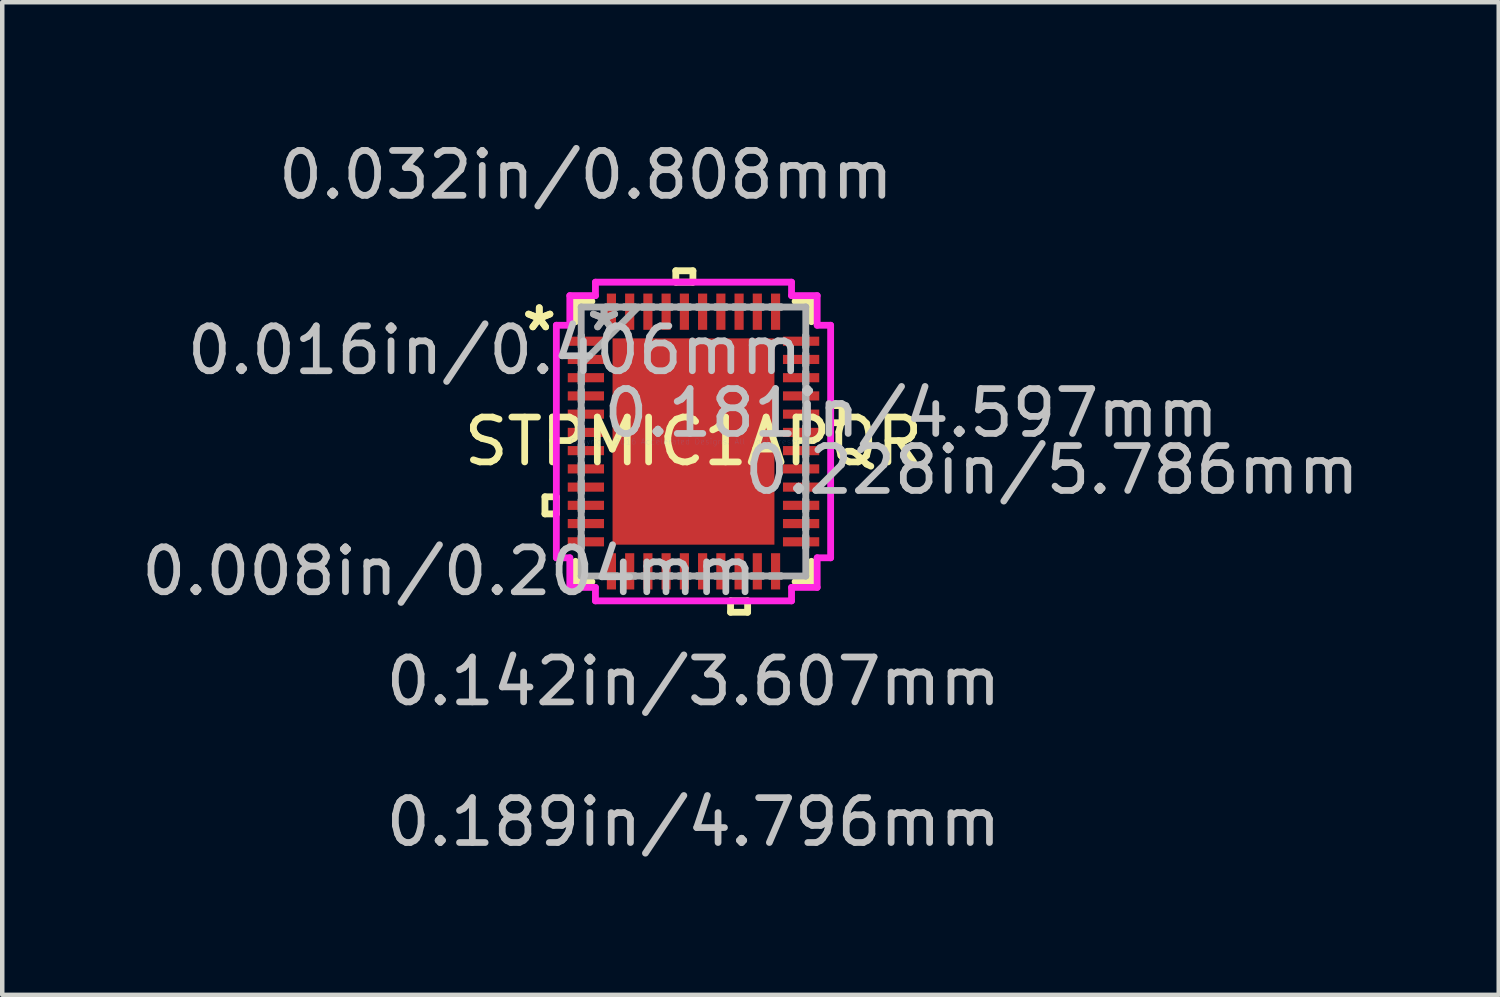
<source format=kicad_pcb>
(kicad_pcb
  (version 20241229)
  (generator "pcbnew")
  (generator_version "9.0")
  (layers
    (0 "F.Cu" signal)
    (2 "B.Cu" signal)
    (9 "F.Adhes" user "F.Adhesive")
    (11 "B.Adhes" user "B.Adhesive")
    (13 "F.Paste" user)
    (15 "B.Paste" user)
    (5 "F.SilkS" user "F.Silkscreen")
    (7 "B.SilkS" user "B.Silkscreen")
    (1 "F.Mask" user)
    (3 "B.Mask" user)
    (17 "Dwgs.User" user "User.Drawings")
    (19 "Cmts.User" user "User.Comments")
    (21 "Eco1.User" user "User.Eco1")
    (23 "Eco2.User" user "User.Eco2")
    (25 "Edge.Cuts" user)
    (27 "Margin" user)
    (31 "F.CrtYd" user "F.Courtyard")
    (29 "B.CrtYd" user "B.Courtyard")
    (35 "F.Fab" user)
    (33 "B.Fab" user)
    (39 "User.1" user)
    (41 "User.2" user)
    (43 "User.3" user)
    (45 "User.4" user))
  (footprint "STPMIC1APQR"
    (layer "F.Cu")
    (at 12.404 6.789)
    (property "Reference" "STPMIC1APQR" (at 0 0 0) (layer "F.SilkS") (effects (font (size 1 1) (thickness 0.15))))
    (attr through_hole)
    (fp_line (start -3.31 1.232) (end -3.31 1.613) (stroke (width 0.152) (type solid)) (layer "F.SilkS"))
    (fp_line (start -3.31 1.613) (end -3.056 1.613) (stroke (width 0.152) (type solid)) (layer "F.SilkS"))
    (fp_line (start -3.056 1.232) (end -3.31 1.232) (stroke (width 0.152) (type solid)) (layer "F.SilkS"))
    (fp_line (start -3.056 1.613) (end -3.056 1.232) (stroke (width 0.152) (type solid)) (layer "F.SilkS"))
    (fp_line (start -2.629 -3.124) (end -2.629 -2.67) (stroke (width 0.152) (type solid)) (layer "F.SilkS"))
    (fp_line (start -2.629 2.67) (end -2.629 3.124) (stroke (width 0.152) (type solid)) (layer "F.SilkS"))
    (fp_line (start -2.629 3.124) (end -2.264 3.124) (stroke (width 0.152) (type solid)) (layer "F.SilkS"))
    (fp_line (start -2.264 -3.124) (end -2.629 -3.124) (stroke (width 0.152) (type solid)) (layer "F.SilkS"))
    (fp_line (start -0.394 -3.805) (end -0.013 -3.805) (stroke (width 0.152) (type solid)) (layer "F.SilkS"))
    (fp_line (start -0.394 -3.551) (end -0.394 -3.805) (stroke (width 0.152) (type solid)) (layer "F.SilkS"))
    (fp_line (start -0.013 -3.805) (end -0.013 -3.551) (stroke (width 0.152) (type solid)) (layer "F.SilkS"))
    (fp_line (start -0.013 -3.551) (end -0.394 -3.551) (stroke (width 0.152) (type solid)) (layer "F.SilkS"))
    (fp_line (start 0.826 3.551) (end 0.826 3.805) (stroke (width 0.152) (type solid)) (layer "F.SilkS"))
    (fp_line (start 0.826 3.805) (end 1.206 3.805) (stroke (width 0.152) (type solid)) (layer "F.SilkS"))
    (fp_line (start 1.206 3.551) (end 0.826 3.551) (stroke (width 0.152) (type solid)) (layer "F.SilkS"))
    (fp_line (start 1.206 3.805) (end 1.206 3.551) (stroke (width 0.152) (type solid)) (layer "F.SilkS"))
    (fp_line (start 2.264 3.124) (end 2.629 3.124) (stroke (width 0.152) (type solid)) (layer "F.SilkS"))
    (fp_line (start 2.629 -3.124) (end 2.264 -3.124) (stroke (width 0.152) (type solid)) (layer "F.SilkS"))
    (fp_line (start 2.629 -2.67) (end 2.629 -3.124) (stroke (width 0.152) (type solid)) (layer "F.SilkS"))
    (fp_line (start 2.629 3.124) (end 2.629 2.67) (stroke (width 0.152) (type solid)) (layer "F.SilkS"))
    (fp_line (start 3.056 -0.8) (end 3.31 -0.8) (stroke (width 0.152) (type solid)) (layer "F.SilkS"))
    (fp_line (start 3.056 -0.419) (end 3.056 -0.8) (stroke (width 0.152) (type solid)) (layer "F.SilkS"))
    (fp_line (start 3.31 -0.8) (end 3.31 -0.419) (stroke (width 0.152) (type solid)) (layer "F.SilkS"))
    (fp_line (start 3.31 -0.419) (end 3.056 -0.419) (stroke (width 0.152) (type solid)) (layer "F.SilkS"))
    (fp_line (start -1.703 -2.199) (end -1.703 -0.866) (stroke (width 0.152) (type solid)) (layer "F.Paste"))
    (fp_line (start -1.703 -0.866) (end -0.1 -0.866) (stroke (width 0.152) (type solid)) (layer "F.Paste"))
    (fp_line (start -1.703 -0.666) (end -1.703 0.666) (stroke (width 0.152) (type solid)) (layer "F.Paste"))
    (fp_line (start -1.703 0.666) (end -0.1 0.666) (stroke (width 0.152) (type solid)) (layer "F.Paste"))
    (fp_line (start -1.703 0.866) (end -1.703 2.199) (stroke (width 0.152) (type solid)) (layer "F.Paste"))
    (fp_line (start -1.703 2.199) (end -0.1 2.199) (stroke (width 0.152) (type solid)) (layer "F.Paste"))
    (fp_line (start -0.1 -2.199) (end -1.703 -2.199) (stroke (width 0.152) (type solid)) (layer "F.Paste"))
    (fp_line (start -0.1 -0.866) (end -0.1 -2.199) (stroke (width 0.152) (type solid)) (layer "F.Paste"))
    (fp_line (start -0.1 -0.666) (end -1.703 -0.666) (stroke (width 0.152) (type solid)) (layer "F.Paste"))
    (fp_line (start -0.1 0.666) (end -0.1 -0.666) (stroke (width 0.152) (type solid)) (layer "F.Paste"))
    (fp_line (start -0.1 0.866) (end -1.703 0.866) (stroke (width 0.152) (type solid)) (layer "F.Paste"))
    (fp_line (start -0.1 2.199) (end -0.1 0.866) (stroke (width 0.152) (type solid)) (layer "F.Paste"))
    (fp_line (start 0.1 -2.199) (end 0.1 -0.866) (stroke (width 0.152) (type solid)) (layer "F.Paste"))
    (fp_line (start 0.1 -0.866) (end 1.703 -0.866) (stroke (width 0.152) (type solid)) (layer "F.Paste"))
    (fp_line (start 0.1 -0.666) (end 0.1 0.666) (stroke (width 0.152) (type solid)) (layer "F.Paste"))
    (fp_line (start 0.1 0.666) (end 1.703 0.666) (stroke (width 0.152) (type solid)) (layer "F.Paste"))
    (fp_line (start 0.1 0.866) (end 0.1 2.199) (stroke (width 0.152) (type solid)) (layer "F.Paste"))
    (fp_line (start 0.1 2.199) (end 1.703 2.199) (stroke (width 0.152) (type solid)) (layer "F.Paste"))
    (fp_line (start 1.703 -2.199) (end 0.1 -2.199) (stroke (width 0.152) (type solid)) (layer "F.Paste"))
    (fp_line (start 1.703 -0.866) (end 1.703 -2.199) (stroke (width 0.152) (type solid)) (layer "F.Paste"))
    (fp_line (start 1.703 -0.666) (end 0.1 -0.666) (stroke (width 0.152) (type solid)) (layer "F.Paste"))
    (fp_line (start 1.703 0.666) (end 1.703 -0.666) (stroke (width 0.152) (type solid)) (layer "F.Paste"))
    (fp_line (start 1.703 0.866) (end 0.1 0.866) (stroke (width 0.152) (type solid)) (layer "F.Paste"))
    (fp_line (start 1.703 2.199) (end 1.703 0.866) (stroke (width 0.152) (type solid)) (layer "F.Paste"))
    (fp_line (start -3.056 -2.591) (end -2.756 -2.591) (stroke (width 0.152) (type solid)) (layer "F.CrtYd"))
    (fp_line (start -3.056 2.591) (end -3.056 -2.591) (stroke (width 0.152) (type solid)) (layer "F.CrtYd"))
    (fp_line (start -2.756 -3.251) (end -2.185 -3.251) (stroke (width 0.152) (type solid)) (layer "F.CrtYd"))
    (fp_line (start -2.756 -2.591) (end -2.756 -3.251) (stroke (width 0.152) (type solid)) (layer "F.CrtYd"))
    (fp_line (start -2.756 2.591) (end -3.056 2.591) (stroke (width 0.152) (type solid)) (layer "F.CrtYd"))
    (fp_line (start -2.756 3.251) (end -2.756 2.591) (stroke (width 0.152) (type solid)) (layer "F.CrtYd"))
    (fp_line (start -2.185 -3.551) (end 2.185 -3.551) (stroke (width 0.152) (type solid)) (layer "F.CrtYd"))
    (fp_line (start -2.185 -3.251) (end -2.185 -3.551) (stroke (width 0.152) (type solid)) (layer "F.CrtYd"))
    (fp_line (start -2.185 3.251) (end -2.756 3.251) (stroke (width 0.152) (type solid)) (layer "F.CrtYd"))
    (fp_line (start -2.185 3.551) (end -2.185 3.251) (stroke (width 0.152) (type solid)) (layer "F.CrtYd"))
    (fp_line (start 2.185 -3.551) (end 2.185 -3.251) (stroke (width 0.152) (type solid)) (layer "F.CrtYd"))
    (fp_line (start 2.185 -3.251) (end 2.756 -3.251) (stroke (width 0.152) (type solid)) (layer "F.CrtYd"))
    (fp_line (start 2.185 3.251) (end 2.185 3.551) (stroke (width 0.152) (type solid)) (layer "F.CrtYd"))
    (fp_line (start 2.185 3.551) (end -2.185 3.551) (stroke (width 0.152) (type solid)) (layer "F.CrtYd"))
    (fp_line (start 2.756 -3.251) (end 2.756 -2.591) (stroke (width 0.152) (type solid)) (layer "F.CrtYd"))
    (fp_line (start 2.756 -2.591) (end 3.056 -2.591) (stroke (width 0.152) (type solid)) (layer "F.CrtYd"))
    (fp_line (start 2.756 2.591) (end 2.756 3.251) (stroke (width 0.152) (type solid)) (layer "F.CrtYd"))
    (fp_line (start 2.756 3.251) (end 2.185 3.251) (stroke (width 0.152) (type solid)) (layer "F.CrtYd"))
    (fp_line (start 3.056 -2.591) (end 3.056 2.591) (stroke (width 0.152) (type solid)) (layer "F.CrtYd"))
    (fp_line (start 3.056 2.591) (end 2.756 2.591) (stroke (width 0.152) (type solid)) (layer "F.CrtYd"))
    (fp_line (start -2.502 -2.997) (end -2.502 -2.997) (stroke (width 0.152) (type solid)) (layer "F.Fab"))
    (fp_line (start -2.502 -2.997) (end -2.502 2.997) (stroke (width 0.152) (type solid)) (layer "F.Fab"))
    (fp_line (start -2.502 -2.362) (end -2.502 -2.362) (stroke (width 0.152) (type solid)) (layer "F.Fab"))
    (fp_line (start -2.502 -2.362) (end -2.502 -2.108) (stroke (width 0.152) (type solid)) (layer "F.Fab"))
    (fp_line (start -2.502 -2.108) (end -2.502 -2.362) (stroke (width 0.152) (type solid)) (layer "F.Fab"))
    (fp_line (start -2.502 -2.108) (end -2.502 -2.108) (stroke (width 0.152) (type solid)) (layer "F.Fab"))
    (fp_line (start -2.502 -1.956) (end -2.502 -1.956) (stroke (width 0.152) (type solid)) (layer "F.Fab"))
    (fp_line (start -2.502 -1.956) (end -2.502 -1.702) (stroke (width 0.152) (type solid)) (layer "F.Fab"))
    (fp_line (start -2.502 -1.727) (end -1.232 -2.997) (stroke (width 0.152) (type solid)) (layer "F.Fab"))
    (fp_line (start -2.502 -1.702) (end -2.502 -1.956) (stroke (width 0.152) (type solid)) (layer "F.Fab"))
    (fp_line (start -2.502 -1.702) (end -2.502 -1.702) (stroke (width 0.152) (type solid)) (layer "F.Fab"))
    (fp_line (start -2.502 -1.549) (end -2.502 -1.549) (stroke (width 0.152) (type solid)) (layer "F.Fab"))
    (fp_line (start -2.502 -1.549) (end -2.502 -1.295) (stroke (width 0.152) (type solid)) (layer "F.Fab"))
    (fp_line (start -2.502 -1.295) (end -2.502 -1.549) (stroke (width 0.152) (type solid)) (layer "F.Fab"))
    (fp_line (start -2.502 -1.295) (end -2.502 -1.295) (stroke (width 0.152) (type solid)) (layer "F.Fab"))
    (fp_line (start -2.502 -1.143) (end -2.502 -1.143) (stroke (width 0.152) (type solid)) (layer "F.Fab"))
    (fp_line (start -2.502 -1.143) (end -2.502 -0.889) (stroke (width 0.152) (type solid)) (layer "F.Fab"))
    (fp_line (start -2.502 -0.889) (end -2.502 -1.143) (stroke (width 0.152) (type solid)) (layer "F.Fab"))
    (fp_line (start -2.502 -0.889) (end -2.502 -0.889) (stroke (width 0.152) (type solid)) (layer "F.Fab"))
    (fp_line (start -2.502 -0.737) (end -2.502 -0.737) (stroke (width 0.152) (type solid)) (layer "F.Fab"))
    (fp_line (start -2.502 -0.737) (end -2.502 -0.483) (stroke (width 0.152) (type solid)) (layer "F.Fab"))
    (fp_line (start -2.502 -0.483) (end -2.502 -0.737) (stroke (width 0.152) (type solid)) (layer "F.Fab"))
    (fp_line (start -2.502 -0.483) (end -2.502 -0.483) (stroke (width 0.152) (type solid)) (layer "F.Fab"))
    (fp_line (start -2.502 -0.33) (end -2.502 -0.33) (stroke (width 0.152) (type solid)) (layer "F.Fab"))
    (fp_line (start -2.502 -0.33) (end -2.502 -0.076) (stroke (width 0.152) (type solid)) (layer "F.Fab"))
    (fp_line (start -2.502 -0.076) (end -2.502 -0.33) (stroke (width 0.152) (type solid)) (layer "F.Fab"))
    (fp_line (start -2.502 -0.076) (end -2.502 -0.076) (stroke (width 0.152) (type solid)) (layer "F.Fab"))
    (fp_line (start -2.502 0.076) (end -2.502 0.076) (stroke (width 0.152) (type solid)) (layer "F.Fab"))
    (fp_line (start -2.502 0.076) (end -2.502 0.33) (stroke (width 0.152) (type solid)) (layer "F.Fab"))
    (fp_line (start -2.502 0.33) (end -2.502 0.076) (stroke (width 0.152) (type solid)) (layer "F.Fab"))
    (fp_line (start -2.502 0.33) (end -2.502 0.33) (stroke (width 0.152) (type solid)) (layer "F.Fab"))
    (fp_line (start -2.502 0.483) (end -2.502 0.483) (stroke (width 0.152) (type solid)) (layer "F.Fab"))
    (fp_line (start -2.502 0.483) (end -2.502 0.737) (stroke (width 0.152) (type solid)) (layer "F.Fab"))
    (fp_line (start -2.502 0.737) (end -2.502 0.483) (stroke (width 0.152) (type solid)) (layer "F.Fab"))
    (fp_line (start -2.502 0.737) (end -2.502 0.737) (stroke (width 0.152) (type solid)) (layer "F.Fab"))
    (fp_line (start -2.502 0.889) (end -2.502 0.889) (stroke (width 0.152) (type solid)) (layer "F.Fab"))
    (fp_line (start -2.502 0.889) (end -2.502 1.143) (stroke (width 0.152) (type solid)) (layer "F.Fab"))
    (fp_line (start -2.502 1.143) (end -2.502 0.889) (stroke (width 0.152) (type solid)) (layer "F.Fab"))
    (fp_line (start -2.502 1.143) (end -2.502 1.143) (stroke (width 0.152) (type solid)) (layer "F.Fab"))
    (fp_line (start -2.502 1.295) (end -2.502 1.295) (stroke (width 0.152) (type solid)) (layer "F.Fab"))
    (fp_line (start -2.502 1.295) (end -2.502 1.549) (stroke (width 0.152) (type solid)) (layer "F.Fab"))
    (fp_line (start -2.502 1.549) (end -2.502 1.295) (stroke (width 0.152) (type solid)) (layer "F.Fab"))
    (fp_line (start -2.502 1.549) (end -2.502 1.549) (stroke (width 0.152) (type solid)) (layer "F.Fab"))
    (fp_line (start -2.502 1.702) (end -2.502 1.702) (stroke (width 0.152) (type solid)) (layer "F.Fab"))
    (fp_line (start -2.502 1.702) (end -2.502 1.956) (stroke (width 0.152) (type solid)) (layer "F.Fab"))
    (fp_line (start -2.502 1.956) (end -2.502 1.702) (stroke (width 0.152) (type solid)) (layer "F.Fab"))
    (fp_line (start -2.502 1.956) (end -2.502 1.956) (stroke (width 0.152) (type solid)) (layer "F.Fab"))
    (fp_line (start -2.502 2.108) (end -2.502 2.108) (stroke (width 0.152) (type solid)) (layer "F.Fab"))
    (fp_line (start -2.502 2.108) (end -2.502 2.362) (stroke (width 0.152) (type solid)) (layer "F.Fab"))
    (fp_line (start -2.502 2.362) (end -2.502 2.108) (stroke (width 0.152) (type solid)) (layer "F.Fab"))
    (fp_line (start -2.502 2.362) (end -2.502 2.362) (stroke (width 0.152) (type solid)) (layer "F.Fab"))
    (fp_line (start -2.502 2.997) (end -2.502 2.997) (stroke (width 0.152) (type solid)) (layer "F.Fab"))
    (fp_line (start -2.502 2.997) (end 2.502 2.997) (stroke (width 0.152) (type solid)) (layer "F.Fab"))
    (fp_line (start -1.956 -2.997) (end -1.956 -2.997) (stroke (width 0.152) (type solid)) (layer "F.Fab"))
    (fp_line (start -1.956 -2.997) (end -1.702 -2.997) (stroke (width 0.152) (type solid)) (layer "F.Fab"))
    (fp_line (start -1.956 2.997) (end -1.956 2.997) (stroke (width 0.152) (type solid)) (layer "F.Fab"))
    (fp_line (start -1.956 2.997) (end -1.702 2.997) (stroke (width 0.152) (type solid)) (layer "F.Fab"))
    (fp_line (start -1.702 -2.997) (end -1.956 -2.997) (stroke (width 0.152) (type solid)) (layer "F.Fab"))
    (fp_line (start -1.702 -2.997) (end -1.702 -2.997) (stroke (width 0.152) (type solid)) (layer "F.Fab"))
    (fp_line (start -1.702 2.997) (end -1.956 2.997) (stroke (width 0.152) (type solid)) (layer "F.Fab"))
    (fp_line (start -1.702 2.997) (end -1.702 2.997) (stroke (width 0.152) (type solid)) (layer "F.Fab"))
    (fp_line (start -1.549 -2.997) (end -1.549 -2.997) (stroke (width 0.152) (type solid)) (layer "F.Fab"))
    (fp_line (start -1.549 -2.997) (end -1.295 -2.997) (stroke (width 0.152) (type solid)) (layer "F.Fab"))
    (fp_line (start -1.549 2.997) (end -1.549 2.997) (stroke (width 0.152) (type solid)) (layer "F.Fab"))
    (fp_line (start -1.549 2.997) (end -1.295 2.997) (stroke (width 0.152) (type solid)) (layer "F.Fab"))
    (fp_line (start -1.295 -2.997) (end -1.549 -2.997) (stroke (width 0.152) (type solid)) (layer "F.Fab"))
    (fp_line (start -1.295 -2.997) (end -1.295 -2.997) (stroke (width 0.152) (type solid)) (layer "F.Fab"))
    (fp_line (start -1.295 2.997) (end -1.549 2.997) (stroke (width 0.152) (type solid)) (layer "F.Fab"))
    (fp_line (start -1.295 2.997) (end -1.295 2.997) (stroke (width 0.152) (type solid)) (layer "F.Fab"))
    (fp_line (start -1.143 -2.997) (end -1.143 -2.997) (stroke (width 0.152) (type solid)) (layer "F.Fab"))
    (fp_line (start -1.143 -2.997) (end -0.889 -2.997) (stroke (width 0.152) (type solid)) (layer "F.Fab"))
    (fp_line (start -1.143 2.997) (end -1.143 2.997) (stroke (width 0.152) (type solid)) (layer "F.Fab"))
    (fp_line (start -1.143 2.997) (end -0.889 2.997) (stroke (width 0.152) (type solid)) (layer "F.Fab"))
    (fp_line (start -0.889 -2.997) (end -1.143 -2.997) (stroke (width 0.152) (type solid)) (layer "F.Fab"))
    (fp_line (start -0.889 -2.997) (end -0.889 -2.997) (stroke (width 0.152) (type solid)) (layer "F.Fab"))
    (fp_line (start -0.889 2.997) (end -1.143 2.997) (stroke (width 0.152) (type solid)) (layer "F.Fab"))
    (fp_line (start -0.889 2.997) (end -0.889 2.997) (stroke (width 0.152) (type solid)) (layer "F.Fab"))
    (fp_line (start -0.737 -2.997) (end -0.737 -2.997) (stroke (width 0.152) (type solid)) (layer "F.Fab"))
    (fp_line (start -0.737 -2.997) (end -0.483 -2.997) (stroke (width 0.152) (type solid)) (layer "F.Fab"))
    (fp_line (start -0.737 2.997) (end -0.737 2.997) (stroke (width 0.152) (type solid)) (layer "F.Fab"))
    (fp_line (start -0.737 2.997) (end -0.483 2.997) (stroke (width 0.152) (type solid)) (layer "F.Fab"))
    (fp_line (start -0.483 -2.997) (end -0.737 -2.997) (stroke (width 0.152) (type solid)) (layer "F.Fab"))
    (fp_line (start -0.483 -2.997) (end -0.483 -2.997) (stroke (width 0.152) (type solid)) (layer "F.Fab"))
    (fp_line (start -0.483 2.997) (end -0.737 2.997) (stroke (width 0.152) (type solid)) (layer "F.Fab"))
    (fp_line (start -0.483 2.997) (end -0.483 2.997) (stroke (width 0.152) (type solid)) (layer "F.Fab"))
    (fp_line (start -0.33 -2.997) (end -0.33 -2.997) (stroke (width 0.152) (type solid)) (layer "F.Fab"))
    (fp_line (start -0.33 -2.997) (end -0.076 -2.997) (stroke (width 0.152) (type solid)) (layer "F.Fab"))
    (fp_line (start -0.33 2.997) (end -0.33 2.997) (stroke (width 0.152) (type solid)) (layer "F.Fab"))
    (fp_line (start -0.33 2.997) (end -0.076 2.997) (stroke (width 0.152) (type solid)) (layer "F.Fab"))
    (fp_line (start -0.076 -2.997) (end -0.33 -2.997) (stroke (width 0.152) (type solid)) (layer "F.Fab"))
    (fp_line (start -0.076 -2.997) (end -0.076 -2.997) (stroke (width 0.152) (type solid)) (layer "F.Fab"))
    (fp_line (start -0.076 2.997) (end -0.33 2.997) (stroke (width 0.152) (type solid)) (layer "F.Fab"))
    (fp_line (start -0.076 2.997) (end -0.076 2.997) (stroke (width 0.152) (type solid)) (layer "F.Fab"))
    (fp_line (start 0.076 -2.997) (end 0.076 -2.997) (stroke (width 0.152) (type solid)) (layer "F.Fab"))
    (fp_line (start 0.076 -2.997) (end 0.33 -2.997) (stroke (width 0.152) (type solid)) (layer "F.Fab"))
    (fp_line (start 0.076 2.997) (end 0.076 2.997) (stroke (width 0.152) (type solid)) (layer "F.Fab"))
    (fp_line (start 0.076 2.997) (end 0.33 2.997) (stroke (width 0.152) (type solid)) (layer "F.Fab"))
    (fp_line (start 0.33 -2.997) (end 0.076 -2.997) (stroke (width 0.152) (type solid)) (layer "F.Fab"))
    (fp_line (start 0.33 -2.997) (end 0.33 -2.997) (stroke (width 0.152) (type solid)) (layer "F.Fab"))
    (fp_line (start 0.33 2.997) (end 0.076 2.997) (stroke (width 0.152) (type solid)) (layer "F.Fab"))
    (fp_line (start 0.33 2.997) (end 0.33 2.997) (stroke (width 0.152) (type solid)) (layer "F.Fab"))
    (fp_line (start 0.483 -2.997) (end 0.483 -2.997) (stroke (width 0.152) (type solid)) (layer "F.Fab"))
    (fp_line (start 0.483 -2.997) (end 0.737 -2.997) (stroke (width 0.152) (type solid)) (layer "F.Fab"))
    (fp_line (start 0.483 2.997) (end 0.483 2.997) (stroke (width 0.152) (type solid)) (layer "F.Fab"))
    (fp_line (start 0.483 2.997) (end 0.737 2.997) (stroke (width 0.152) (type solid)) (layer "F.Fab"))
    (fp_line (start 0.737 -2.997) (end 0.483 -2.997) (stroke (width 0.152) (type solid)) (layer "F.Fab"))
    (fp_line (start 0.737 -2.997) (end 0.737 -2.997) (stroke (width 0.152) (type solid)) (layer "F.Fab"))
    (fp_line (start 0.737 2.997) (end 0.483 2.997) (stroke (width 0.152) (type solid)) (layer "F.Fab"))
    (fp_line (start 0.737 2.997) (end 0.737 2.997) (stroke (width 0.152) (type solid)) (layer "F.Fab"))
    (fp_line (start 0.889 -2.997) (end 0.889 -2.997) (stroke (width 0.152) (type solid)) (layer "F.Fab"))
    (fp_line (start 0.889 -2.997) (end 1.143 -2.997) (stroke (width 0.152) (type solid)) (layer "F.Fab"))
    (fp_line (start 0.889 2.997) (end 0.889 2.997) (stroke (width 0.152) (type solid)) (layer "F.Fab"))
    (fp_line (start 0.889 2.997) (end 1.143 2.997) (stroke (width 0.152) (type solid)) (layer "F.Fab"))
    (fp_line (start 1.143 -2.997) (end 0.889 -2.997) (stroke (width 0.152) (type solid)) (layer "F.Fab"))
    (fp_line (start 1.143 -2.997) (end 1.143 -2.997) (stroke (width 0.152) (type solid)) (layer "F.Fab"))
    (fp_line (start 1.143 2.997) (end 0.889 2.997) (stroke (width 0.152) (type solid)) (layer "F.Fab"))
    (fp_line (start 1.143 2.997) (end 1.143 2.997) (stroke (width 0.152) (type solid)) (layer "F.Fab"))
    (fp_line (start 1.295 -2.997) (end 1.295 -2.997) (stroke (width 0.152) (type solid)) (layer "F.Fab"))
    (fp_line (start 1.295 -2.997) (end 1.549 -2.997) (stroke (width 0.152) (type solid)) (layer "F.Fab"))
    (fp_line (start 1.295 2.997) (end 1.295 2.997) (stroke (width 0.152) (type solid)) (layer "F.Fab"))
    (fp_line (start 1.295 2.997) (end 1.549 2.997) (stroke (width 0.152) (type solid)) (layer "F.Fab"))
    (fp_line (start 1.549 -2.997) (end 1.295 -2.997) (stroke (width 0.152) (type solid)) (layer "F.Fab"))
    (fp_line (start 1.549 -2.997) (end 1.549 -2.997) (stroke (width 0.152) (type solid)) (layer "F.Fab"))
    (fp_line (start 1.549 2.997) (end 1.295 2.997) (stroke (width 0.152) (type solid)) (layer "F.Fab"))
    (fp_line (start 1.549 2.997) (end 1.549 2.997) (stroke (width 0.152) (type solid)) (layer "F.Fab"))
    (fp_line (start 1.702 -2.997) (end 1.702 -2.997) (stroke (width 0.152) (type solid)) (layer "F.Fab"))
    (fp_line (start 1.702 -2.997) (end 1.956 -2.997) (stroke (width 0.152) (type solid)) (layer "F.Fab"))
    (fp_line (start 1.702 2.997) (end 1.702 2.997) (stroke (width 0.152) (type solid)) (layer "F.Fab"))
    (fp_line (start 1.702 2.997) (end 1.956 2.997) (stroke (width 0.152) (type solid)) (layer "F.Fab"))
    (fp_line (start 1.956 -2.997) (end 1.702 -2.997) (stroke (width 0.152) (type solid)) (layer "F.Fab"))
    (fp_line (start 1.956 -2.997) (end 1.956 -2.997) (stroke (width 0.152) (type solid)) (layer "F.Fab"))
    (fp_line (start 1.956 2.997) (end 1.702 2.997) (stroke (width 0.152) (type solid)) (layer "F.Fab"))
    (fp_line (start 1.956 2.997) (end 1.956 2.997) (stroke (width 0.152) (type solid)) (layer "F.Fab"))
    (fp_line (start 2.502 -2.997) (end -2.502 -2.997) (stroke (width 0.152) (type solid)) (layer "F.Fab"))
    (fp_line (start 2.502 -2.997) (end 2.502 -2.997) (stroke (width 0.152) (type solid)) (layer "F.Fab"))
    (fp_line (start 2.502 -2.362) (end 2.502 -2.362) (stroke (width 0.152) (type solid)) (layer "F.Fab"))
    (fp_line (start 2.502 -2.362) (end 2.502 -2.108) (stroke (width 0.152) (type solid)) (layer "F.Fab"))
    (fp_line (start 2.502 -2.108) (end 2.502 -2.362) (stroke (width 0.152) (type solid)) (layer "F.Fab"))
    (fp_line (start 2.502 -2.108) (end 2.502 -2.108) (stroke (width 0.152) (type solid)) (layer "F.Fab"))
    (fp_line (start 2.502 -1.956) (end 2.502 -1.956) (stroke (width 0.152) (type solid)) (layer "F.Fab"))
    (fp_line (start 2.502 -1.956) (end 2.502 -1.702) (stroke (width 0.152) (type solid)) (layer "F.Fab"))
    (fp_line (start 2.502 -1.702) (end 2.502 -1.956) (stroke (width 0.152) (type solid)) (layer "F.Fab"))
    (fp_line (start 2.502 -1.702) (end 2.502 -1.702) (stroke (width 0.152) (type solid)) (layer "F.Fab"))
    (fp_line (start 2.502 -1.549) (end 2.502 -1.549) (stroke (width 0.152) (type solid)) (layer "F.Fab"))
    (fp_line (start 2.502 -1.549) (end 2.502 -1.295) (stroke (width 0.152) (type solid)) (layer "F.Fab"))
    (fp_line (start 2.502 -1.295) (end 2.502 -1.549) (stroke (width 0.152) (type solid)) (layer "F.Fab"))
    (fp_line (start 2.502 -1.295) (end 2.502 -1.295) (stroke (width 0.152) (type solid)) (layer "F.Fab"))
    (fp_line (start 2.502 -1.143) (end 2.502 -1.143) (stroke (width 0.152) (type solid)) (layer "F.Fab"))
    (fp_line (start 2.502 -1.143) (end 2.502 -0.889) (stroke (width 0.152) (type solid)) (layer "F.Fab"))
    (fp_line (start 2.502 -0.889) (end 2.502 -1.143) (stroke (width 0.152) (type solid)) (layer "F.Fab"))
    (fp_line (start 2.502 -0.889) (end 2.502 -0.889) (stroke (width 0.152) (type solid)) (layer "F.Fab"))
    (fp_line (start 2.502 -0.737) (end 2.502 -0.737) (stroke (width 0.152) (type solid)) (layer "F.Fab"))
    (fp_line (start 2.502 -0.737) (end 2.502 -0.483) (stroke (width 0.152) (type solid)) (layer "F.Fab"))
    (fp_line (start 2.502 -0.483) (end 2.502 -0.737) (stroke (width 0.152) (type solid)) (layer "F.Fab"))
    (fp_line (start 2.502 -0.483) (end 2.502 -0.483) (stroke (width 0.152) (type solid)) (layer "F.Fab"))
    (fp_line (start 2.502 -0.33) (end 2.502 -0.33) (stroke (width 0.152) (type solid)) (layer "F.Fab"))
    (fp_line (start 2.502 -0.33) (end 2.502 -0.076) (stroke (width 0.152) (type solid)) (layer "F.Fab"))
    (fp_line (start 2.502 -0.076) (end 2.502 -0.33) (stroke (width 0.152) (type solid)) (layer "F.Fab"))
    (fp_line (start 2.502 -0.076) (end 2.502 -0.076) (stroke (width 0.152) (type solid)) (layer "F.Fab"))
    (fp_line (start 2.502 0.076) (end 2.502 0.076) (stroke (width 0.152) (type solid)) (layer "F.Fab"))
    (fp_line (start 2.502 0.076) (end 2.502 0.33) (stroke (width 0.152) (type solid)) (layer "F.Fab"))
    (fp_line (start 2.502 0.33) (end 2.502 0.076) (stroke (width 0.152) (type solid)) (layer "F.Fab"))
    (fp_line (start 2.502 0.33) (end 2.502 0.33) (stroke (width 0.152) (type solid)) (layer "F.Fab"))
    (fp_line (start 2.502 0.483) (end 2.502 0.483) (stroke (width 0.152) (type solid)) (layer "F.Fab"))
    (fp_line (start 2.502 0.483) (end 2.502 0.737) (stroke (width 0.152) (type solid)) (layer "F.Fab"))
    (fp_line (start 2.502 0.737) (end 2.502 0.483) (stroke (width 0.152) (type solid)) (layer "F.Fab"))
    (fp_line (start 2.502 0.737) (end 2.502 0.737) (stroke (width 0.152) (type solid)) (layer "F.Fab"))
    (fp_line (start 2.502 0.889) (end 2.502 0.889) (stroke (width 0.152) (type solid)) (layer "F.Fab"))
    (fp_line (start 2.502 0.889) (end 2.502 1.143) (stroke (width 0.152) (type solid)) (layer "F.Fab"))
    (fp_line (start 2.502 1.143) (end 2.502 0.889) (stroke (width 0.152) (type solid)) (layer "F.Fab"))
    (fp_line (start 2.502 1.143) (end 2.502 1.143) (stroke (width 0.152) (type solid)) (layer "F.Fab"))
    (fp_line (start 2.502 1.295) (end 2.502 1.295) (stroke (width 0.152) (type solid)) (layer "F.Fab"))
    (fp_line (start 2.502 1.295) (end 2.502 1.549) (stroke (width 0.152) (type solid)) (layer "F.Fab"))
    (fp_line (start 2.502 1.549) (end 2.502 1.295) (stroke (width 0.152) (type solid)) (layer "F.Fab"))
    (fp_line (start 2.502 1.549) (end 2.502 1.549) (stroke (width 0.152) (type solid)) (layer "F.Fab"))
    (fp_line (start 2.502 1.702) (end 2.502 1.702) (stroke (width 0.152) (type solid)) (layer "F.Fab"))
    (fp_line (start 2.502 1.702) (end 2.502 1.956) (stroke (width 0.152) (type solid)) (layer "F.Fab"))
    (fp_line (start 2.502 1.956) (end 2.502 1.702) (stroke (width 0.152) (type solid)) (layer "F.Fab"))
    (fp_line (start 2.502 1.956) (end 2.502 1.956) (stroke (width 0.152) (type solid)) (layer "F.Fab"))
    (fp_line (start 2.502 2.108) (end 2.502 2.108) (stroke (width 0.152) (type solid)) (layer "F.Fab"))
    (fp_line (start 2.502 2.108) (end 2.502 2.362) (stroke (width 0.152) (type solid)) (layer "F.Fab"))
    (fp_line (start 2.502 2.362) (end 2.502 2.108) (stroke (width 0.152) (type solid)) (layer "F.Fab"))
    (fp_line (start 2.502 2.362) (end 2.502 2.362) (stroke (width 0.152) (type solid)) (layer "F.Fab"))
    (fp_line (start 2.502 2.997) (end 2.502 -2.997) (stroke (width 0.152) (type solid)) (layer "F.Fab"))
    (fp_line (start 2.502 2.997) (end 2.502 2.997) (stroke (width 0.152) (type solid)) (layer "F.Fab"))
    (fp_text user "*" (at -3.437 -2.438 0) (layer "F.SilkS") (effects (font (size 1 1) (thickness 0.15))))
    (fp_text user "*" (at -3.437 -2.438 0) (layer "F.SilkS") (effects (font (size 1 1) (thickness 0.15))))
    (fp_text user "0.228in/5.786mm" (at 7.986 0.635 0) (layer "Dwgs.User") (effects (font (size 1 1) (thickness 0.15))))
    (fp_text user "0.142in/3.607mm" (at 0 5.347 0) (layer "Dwgs.User") (effects (font (size 1 1) (thickness 0.15))))
    (fp_text user "0.016in/0.406mm" (at -4.43 -2.032 0) (layer "Dwgs.User") (effects (font (size 1 1) (thickness 0.15))))
    (fp_text user "0.189in/4.796mm" (at 0 8.481 0) (layer "Dwgs.User") (effects (font (size 1 1) (thickness 0.15))))
    (fp_text user "0.181in/4.597mm" (at 4.851 -0.635 0) (layer "Dwgs.User") (effects (font (size 1 1) (thickness 0.15))))
    (fp_text user "0.008in/0.204mm" (at -5.446 2.893 0) (layer "Dwgs.User") (effects (font (size 1 1) (thickness 0.15))))
    (fp_text user "0.032in/0.808mm" (at -2.398 -5.941 0) (layer "Dwgs.User") (effects (font (size 1 1) (thickness 0.15))))
    (fp_text user "Copyright 2016 Accelerated Designs. All rights reserved." (at 0 0 0) (layer "Cmts.User") (effects (font (size 0.127 0.127) (thickness 0.002))))
    (fp_text user "*" (at -1.994 -2.438 0) (layer "F.Fab") (effects (font (size 1 1) (thickness 0.15))))
    (fp_text user "*" (at -1.994 -2.438 0) (layer "F.Fab") (effects (font (size 1 1) (thickness 0.15))))
    (pad "1" smd rect (at -2.398 -2.235 90) (size 0.204 0.808) (layers "F.Cu" "F.Mask" "F.Paste"))
    (pad "2" smd rect (at -2.398 -1.829 90) (size 0.204 0.808) (layers "F.Cu" "F.Mask" "F.Paste"))
    (pad "3" smd rect (at -2.398 -1.422 90) (size 0.204 0.808) (layers "F.Cu" "F.Mask" "F.Paste"))
    (pad "4" smd rect (at -2.398 -1.016 90) (size 0.204 0.808) (layers "F.Cu" "F.Mask" "F.Paste"))
    (pad "5" smd rect (at -2.398 -0.61 90) (size 0.204 0.808) (layers "F.Cu" "F.Mask" "F.Paste"))
    (pad "6" smd rect (at -2.398 -0.203 90) (size 0.204 0.808) (layers "F.Cu" "F.Mask" "F.Paste"))
    (pad "7" smd rect (at -2.398 0.203 90) (size 0.204 0.808) (layers "F.Cu" "F.Mask" "F.Paste"))
    (pad "8" smd rect (at -2.398 0.61 90) (size 0.204 0.808) (layers "F.Cu" "F.Mask" "F.Paste"))
    (pad "9" smd rect (at -2.398 1.016 90) (size 0.204 0.808) (layers "F.Cu" "F.Mask" "F.Paste"))
    (pad "10" smd rect (at -2.398 1.422 90) (size 0.204 0.808) (layers "F.Cu" "F.Mask" "F.Paste"))
    (pad "11" smd rect (at -2.398 1.829 90) (size 0.204 0.808) (layers "F.Cu" "F.Mask" "F.Paste"))
    (pad "12" smd rect (at -2.398 2.235 90) (size 0.204 0.808) (layers "F.Cu" "F.Mask" "F.Paste"))
    (pad "13" smd rect (at -1.829 2.893) (size 0.204 0.808) (layers "F.Cu" "F.Mask" "F.Paste"))
    (pad "14" smd rect (at -1.422 2.893) (size 0.204 0.808) (layers "F.Cu" "F.Mask" "F.Paste"))
    (pad "15" smd rect (at -1.016 2.893) (size 0.204 0.808) (layers "F.Cu" "F.Mask" "F.Paste"))
    (pad "16" smd rect (at -0.61 2.893) (size 0.204 0.808) (layers "F.Cu" "F.Mask" "F.Paste"))
    (pad "17" smd rect (at -0.203 2.893) (size 0.204 0.808) (layers "F.Cu" "F.Mask" "F.Paste"))
    (pad "18" smd rect (at 0.203 2.893) (size 0.204 0.808) (layers "F.Cu" "F.Mask" "F.Paste"))
    (pad "19" smd rect (at 0.61 2.893) (size 0.204 0.808) (layers "F.Cu" "F.Mask" "F.Paste"))
    (pad "20" smd rect (at 1.016 2.893) (size 0.204 0.808) (layers "F.Cu" "F.Mask" "F.Paste"))
    (pad "21" smd rect (at 1.422 2.893) (size 0.204 0.808) (layers "F.Cu" "F.Mask" "F.Paste"))
    (pad "22" smd rect (at 1.829 2.893) (size 0.204 0.808) (layers "F.Cu" "F.Mask" "F.Paste"))
    (pad "23" smd rect (at 2.398 2.235 90) (size 0.204 0.808) (layers "F.Cu" "F.Mask" "F.Paste"))
    (pad "24" smd rect (at 2.398 1.829 90) (size 0.204 0.808) (layers "F.Cu" "F.Mask" "F.Paste"))
    (pad "25" smd rect (at 2.398 1.422 90) (size 0.204 0.808) (layers "F.Cu" "F.Mask" "F.Paste"))
    (pad "26" smd rect (at 2.398 1.016 90) (size 0.204 0.808) (layers "F.Cu" "F.Mask" "F.Paste"))
    (pad "27" smd rect (at 2.398 0.61 90) (size 0.204 0.808) (layers "F.Cu" "F.Mask" "F.Paste"))
    (pad "28" smd rect (at 2.398 0.203 90) (size 0.204 0.808) (layers "F.Cu" "F.Mask" "F.Paste"))
    (pad "29" smd rect (at 2.398 -0.203 90) (size 0.204 0.808) (layers "F.Cu" "F.Mask" "F.Paste"))
    (pad "30" smd rect (at 2.398 -0.61 90) (size 0.204 0.808) (layers "F.Cu" "F.Mask" "F.Paste"))
    (pad "31" smd rect (at 2.398 -1.016 90) (size 0.204 0.808) (layers "F.Cu" "F.Mask" "F.Paste"))
    (pad "32" smd rect (at 2.398 -1.422 90) (size 0.204 0.808) (layers "F.Cu" "F.Mask" "F.Paste"))
    (pad "33" smd rect (at 2.398 -1.829 90) (size 0.204 0.808) (layers "F.Cu" "F.Mask" "F.Paste"))
    (pad "34" smd rect (at 2.398 -2.235 90) (size 0.204 0.808) (layers "F.Cu" "F.Mask" "F.Paste"))
    (pad "35" smd rect (at 1.829 -2.893) (size 0.204 0.808) (layers "F.Cu" "F.Mask" "F.Paste"))
    (pad "36" smd rect (at 1.422 -2.893) (size 0.204 0.808) (layers "F.Cu" "F.Mask" "F.Paste"))
    (pad "37" smd rect (at 1.016 -2.893) (size 0.204 0.808) (layers "F.Cu" "F.Mask" "F.Paste"))
    (pad "38" smd rect (at 0.61 -2.893) (size 0.204 0.808) (layers "F.Cu" "F.Mask" "F.Paste"))
    (pad "39" smd rect (at 0.203 -2.893) (size 0.204 0.808) (layers "F.Cu" "F.Mask" "F.Paste"))
    (pad "40" smd rect (at -0.203 -2.893) (size 0.204 0.808) (layers "F.Cu" "F.Mask" "F.Paste"))
    (pad "41" smd rect (at -0.61 -2.893) (size 0.204 0.808) (layers "F.Cu" "F.Mask" "F.Paste"))
    (pad "42" smd rect (at -1.016 -2.893) (size 0.204 0.808) (layers "F.Cu" "F.Mask" "F.Paste"))
    (pad "43" smd rect (at -1.422 -2.893) (size 0.204 0.808) (layers "F.Cu" "F.Mask" "F.Paste"))
    (pad "44" smd rect (at -1.829 -2.893) (size 0.204 0.808) (layers "F.Cu" "F.Mask" "F.Paste"))
    (pad "45" smd rect (at 0 0) (size 3.607 4.597) (layers "F.Cu" "F.Mask" "F.Paste")))
  (gr_rect
    (start -3 -3)
    (end 30.348 19.119)
    (stroke (width 0.1) (type default))
    (fill no)
    (layer "Edge.Cuts")))
</source>
